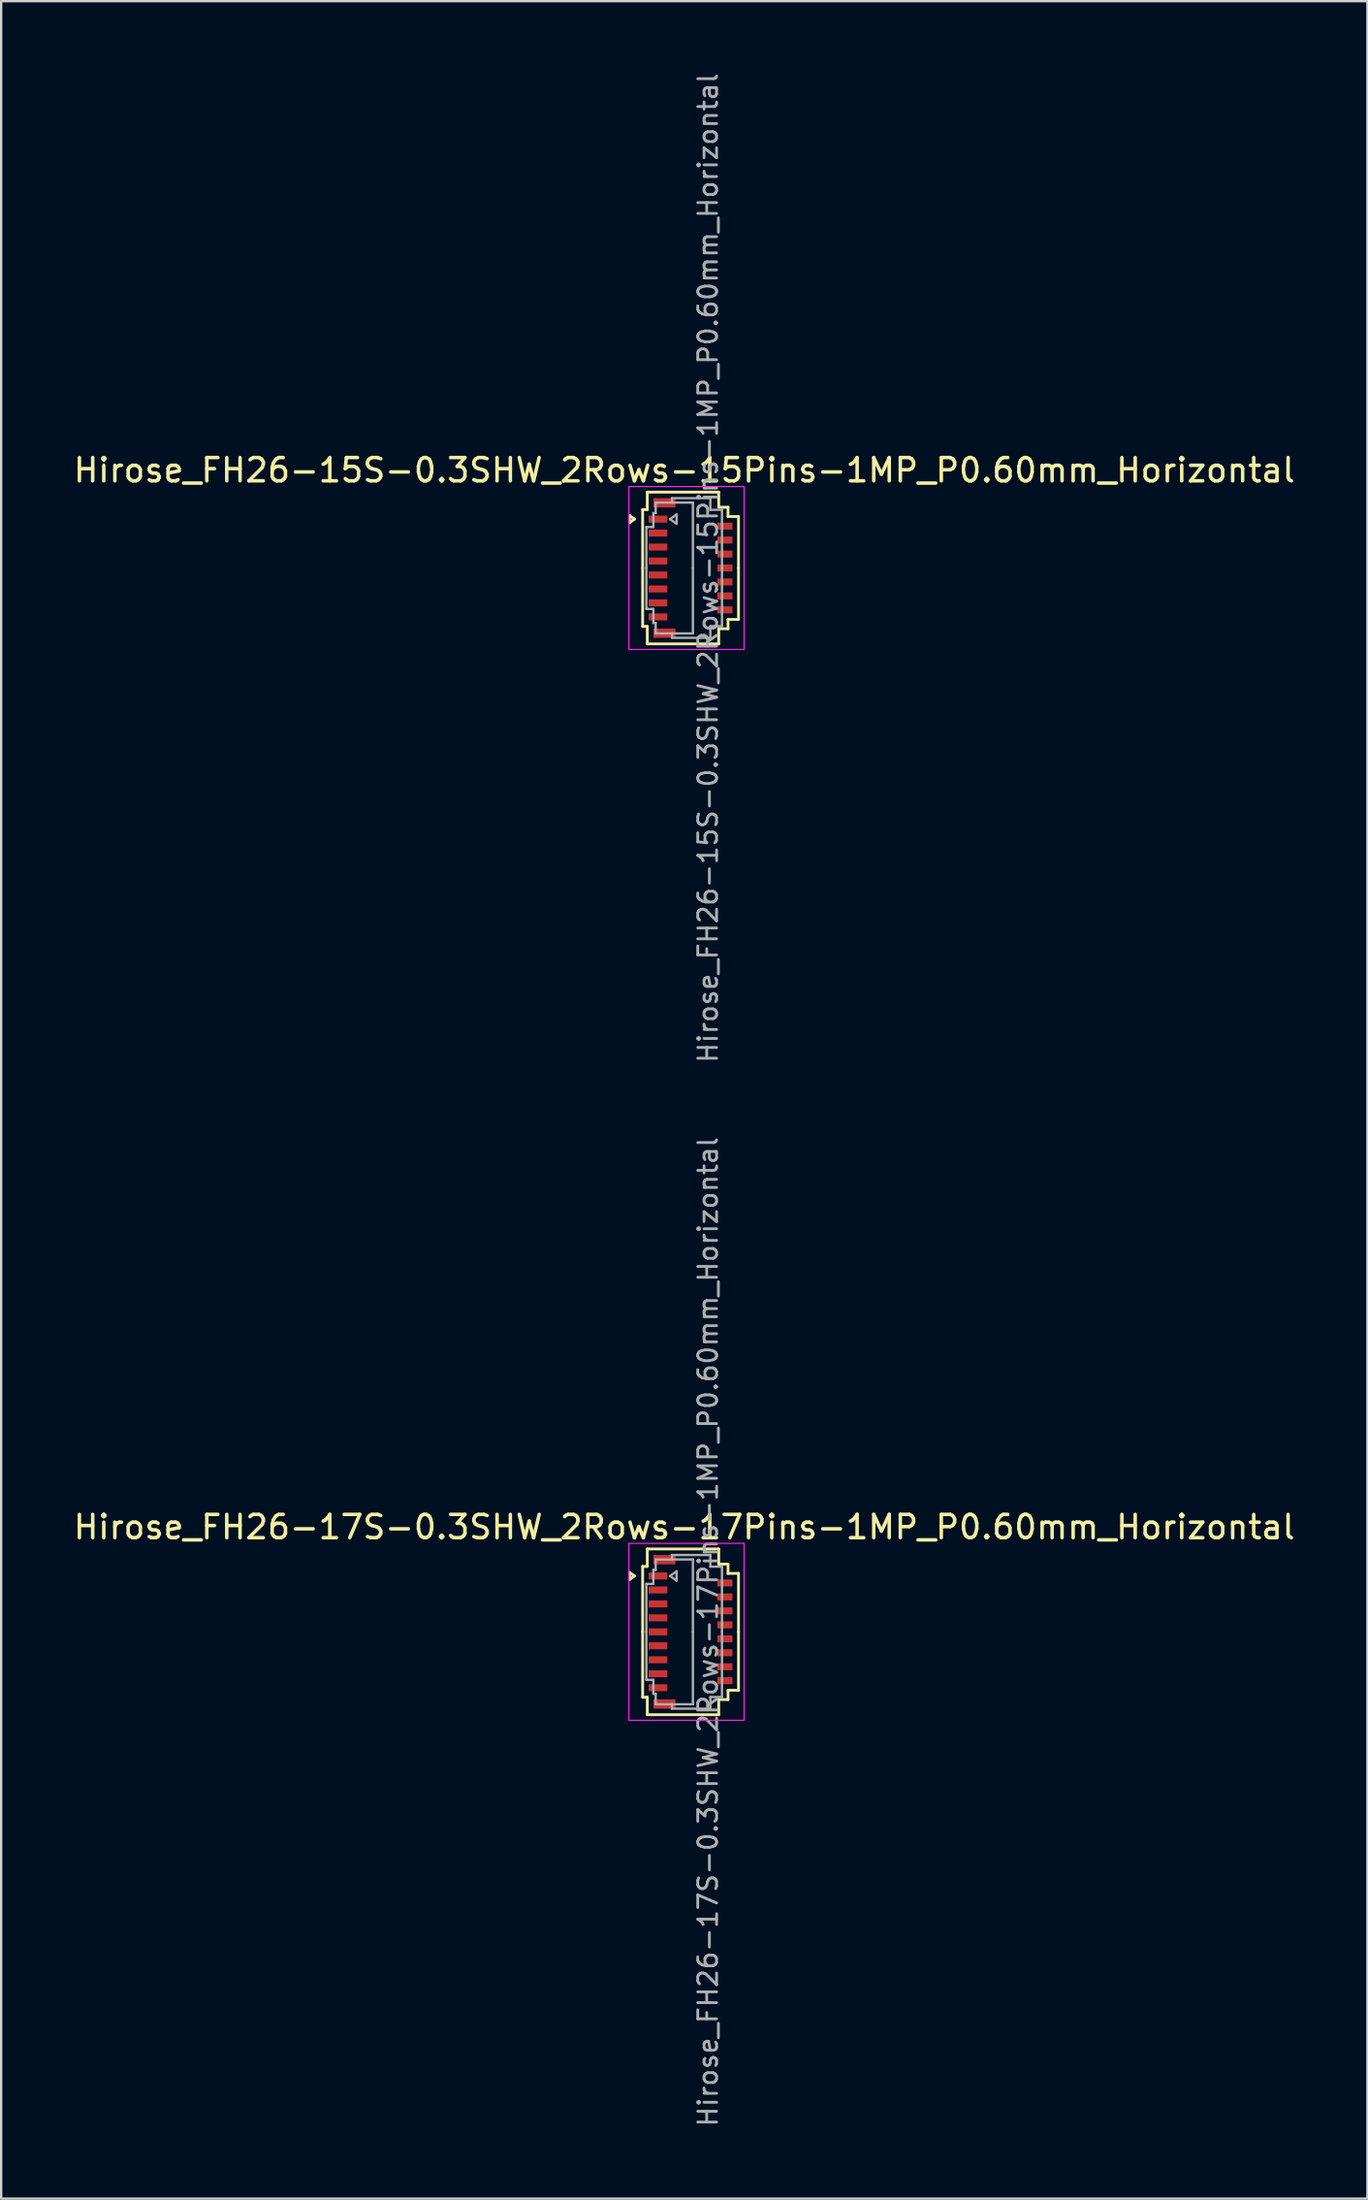
<source format=kicad_pcb>
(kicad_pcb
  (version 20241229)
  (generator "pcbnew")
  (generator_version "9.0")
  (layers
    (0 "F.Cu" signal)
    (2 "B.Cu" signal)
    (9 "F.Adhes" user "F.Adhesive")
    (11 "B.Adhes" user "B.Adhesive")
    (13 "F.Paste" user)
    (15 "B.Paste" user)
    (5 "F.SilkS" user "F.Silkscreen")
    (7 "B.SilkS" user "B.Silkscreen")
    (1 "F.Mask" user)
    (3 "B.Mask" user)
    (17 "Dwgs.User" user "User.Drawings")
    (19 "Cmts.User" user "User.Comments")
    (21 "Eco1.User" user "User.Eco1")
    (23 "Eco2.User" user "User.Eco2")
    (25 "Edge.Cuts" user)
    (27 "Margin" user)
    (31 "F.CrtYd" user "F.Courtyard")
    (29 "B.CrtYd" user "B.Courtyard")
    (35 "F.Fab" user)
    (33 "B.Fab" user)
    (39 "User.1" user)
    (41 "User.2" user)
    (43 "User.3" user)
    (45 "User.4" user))
  (footprint "Hirose_FH26-15S-0.3SHW_2Rows-15Pins-1MP_P0.60mm_Horizontal"
    (layer "F.Cu")
    (at 26.633 21.352)
    (property "Reference" "Hirose_FH26-15S-0.3SHW_2Rows-15Pins-1MP_P0.60mm_Horizontal" (at -0.27 -4.2 0) (layer "F.SilkS") (effects (font (size 1 1) (thickness 0.15))))
    (attr smd)
    (fp_line (start -2.622 -2.25) (end -2.41 -2.1) (stroke (width 0.12) (type solid)) (layer "F.SilkS"))
    (fp_line (start -2.622 -1.95) (end -2.622 -2.25) (stroke (width 0.12) (type solid)) (layer "F.SilkS"))
    (fp_line (start -2.41 -2.1) (end -2.622 -1.95) (stroke (width 0.12) (type solid)) (layer "F.SilkS"))
    (fp_line (start -2.06 -2.51) (end -2.06 0) (stroke (width 0.12) (type solid)) (layer "F.SilkS"))
    (fp_line (start -2.06 2.51) (end -2.06 0) (stroke (width 0.12) (type solid)) (layer "F.SilkS"))
    (fp_line (start -1.86 -3.26) (end -1.86 -2.51) (stroke (width 0.12) (type solid)) (layer "F.SilkS"))
    (fp_line (start -1.86 -2.51) (end -2.06 -2.51) (stroke (width 0.12) (type solid)) (layer "F.SilkS"))
    (fp_line (start -1.86 2.51) (end -2.06 2.51) (stroke (width 0.12) (type solid)) (layer "F.SilkS"))
    (fp_line (start -1.86 3.26) (end -1.86 2.51) (stroke (width 0.12) (type solid)) (layer "F.SilkS"))
    (fp_line (start 1.21 -3.26) (end -1.86 -3.26) (stroke (width 0.12) (type solid)) (layer "F.SilkS"))
    (fp_line (start 1.21 -2.61) (end 1.21 -3.26) (stroke (width 0.12) (type solid)) (layer "F.SilkS"))
    (fp_line (start 1.21 2.61) (end 1.21 3.26) (stroke (width 0.12) (type solid)) (layer "F.SilkS"))
    (fp_line (start 1.21 3.26) (end -1.86 3.26) (stroke (width 0.12) (type solid)) (layer "F.SilkS"))
    (fp_line (start 1.61 -2.61) (end 1.21 -2.61) (stroke (width 0.12) (type solid)) (layer "F.SilkS"))
    (fp_line (start 1.61 -2.21) (end 1.61 -2.61) (stroke (width 0.12) (type solid)) (layer "F.SilkS"))
    (fp_line (start 1.61 2.21) (end 1.61 2.61) (stroke (width 0.12) (type solid)) (layer "F.SilkS"))
    (fp_line (start 1.61 2.61) (end 1.21 2.61) (stroke (width 0.12) (type solid)) (layer "F.SilkS"))
    (fp_line (start 2.06 -2.21) (end 1.61 -2.21) (stroke (width 0.12) (type solid)) (layer "F.SilkS"))
    (fp_line (start 2.06 0) (end 2.06 -2.21) (stroke (width 0.12) (type solid)) (layer "F.SilkS"))
    (fp_line (start 2.06 0) (end 2.06 2.21) (stroke (width 0.12) (type solid)) (layer "F.SilkS"))
    (fp_line (start 2.06 2.21) (end 1.61 2.21) (stroke (width 0.12) (type solid)) (layer "F.SilkS"))
    (fp_line (start -2.65 -3.5) (end -2.65 3.5) (stroke (width 0.05) (type solid)) (layer "F.CrtYd"))
    (fp_line (start -2.65 3.5) (end 2.3 3.5) (stroke (width 0.05) (type solid)) (layer "F.CrtYd"))
    (fp_line (start 2.3 -3.5) (end -2.65 -3.5) (stroke (width 0.05) (type solid)) (layer "F.CrtYd"))
    (fp_line (start 2.3 3.5) (end 2.3 -3.5) (stroke (width 0.05) (type solid)) (layer "F.CrtYd"))
    (fp_line (start -1.9 -1.76) (end -1.6 -1.76) (stroke (width 0.1) (type solid)) (layer "F.Fab"))
    (fp_line (start -1.9 0) (end -1.9 -1.76) (stroke (width 0.1) (type solid)) (layer "F.Fab"))
    (fp_line (start -1.9 0) (end -1.9 1.76) (stroke (width 0.1) (type solid)) (layer "F.Fab"))
    (fp_line (start -1.9 1.76) (end -1.6 1.76) (stroke (width 0.1) (type solid)) (layer "F.Fab"))
    (fp_line (start -1.6 -2.36) (end -1.5 -2.36) (stroke (width 0.1) (type solid)) (layer "F.Fab"))
    (fp_line (start -1.6 -1.76) (end -1.6 -2.36) (stroke (width 0.1) (type solid)) (layer "F.Fab"))
    (fp_line (start -1.6 1.76) (end -1.6 2.36) (stroke (width 0.1) (type solid)) (layer "F.Fab"))
    (fp_line (start -1.6 2.36) (end -1.5 2.36) (stroke (width 0.1) (type solid)) (layer "F.Fab"))
    (fp_line (start -1.5 -2.81) (end -0.8 -2.81) (stroke (width 0.1) (type solid)) (layer "F.Fab"))
    (fp_line (start -1.5 -2.36) (end -1.5 -2.81) (stroke (width 0.1) (type solid)) (layer "F.Fab"))
    (fp_line (start -1.5 2.36) (end -1.5 2.81) (stroke (width 0.1) (type solid)) (layer "F.Fab"))
    (fp_line (start -1.5 2.81) (end -0.8 2.81) (stroke (width 0.1) (type solid)) (layer "F.Fab"))
    (fp_line (start -0.883 -2.1) (end -0.6 -1.9) (stroke (width 0.1) (type solid)) (layer "F.Fab"))
    (fp_line (start -0.8 -3) (end 0.85 -3) (stroke (width 0.1) (type solid)) (layer "F.Fab"))
    (fp_line (start -0.8 -2.81) (end -0.8 -3) (stroke (width 0.1) (type solid)) (layer "F.Fab"))
    (fp_line (start -0.8 2.81) (end -0.8 3) (stroke (width 0.1) (type solid)) (layer "F.Fab"))
    (fp_line (start -0.8 3) (end 0.85 3) (stroke (width 0.1) (type solid)) (layer "F.Fab"))
    (fp_line (start -0.6 -2.3) (end -0.883 -2.1) (stroke (width 0.1) (type solid)) (layer "F.Fab"))
    (fp_line (start -0.6 -1.9) (end -0.6 -2.3) (stroke (width 0.1) (type solid)) (layer "F.Fab"))
    (fp_line (start 0.1 -2.81) (end -0.8 -2.81) (stroke (width 0.1) (type solid)) (layer "F.Fab"))
    (fp_line (start 0.1 0) (end 0.1 -2.81) (stroke (width 0.1) (type solid)) (layer "F.Fab"))
    (fp_line (start 0.1 0) (end 0.1 2.81) (stroke (width 0.1) (type solid)) (layer "F.Fab"))
    (fp_line (start 0.1 2.81) (end -0.8 2.81) (stroke (width 0.1) (type solid)) (layer "F.Fab"))
    (fp_line (start 0.85 -3) (end 0.85 -2.5) (stroke (width 0.1) (type solid)) (layer "F.Fab"))
    (fp_line (start 0.85 -2.5) (end 1.35 -2.5) (stroke (width 0.1) (type solid)) (layer "F.Fab"))
    (fp_line (start 0.85 2.5) (end 1.35 2.5) (stroke (width 0.1) (type solid)) (layer "F.Fab"))
    (fp_line (start 0.85 3) (end 0.85 2.5) (stroke (width 0.1) (type solid)) (layer "F.Fab"))
    (fp_line (start 1.35 -2.5) (end 1.35 0) (stroke (width 0.1) (type solid)) (layer "F.Fab"))
    (fp_line (start 1.35 2.5) (end 1.35 0) (stroke (width 0.1) (type solid)) (layer "F.Fab"))
    (fp_text user "${REFERENCE}" (at 0.75 0 90) (layer "F.Fab") (effects (font (size 0.81 0.81) (thickness 0.12))))
    (pad "1" smd rect (at -1.4 -2.1) (size 0.8 0.3) (layers "F.Cu" "F.Mask" "F.Paste"))
    (pad "2" smd rect (at 1.475 -1.8) (size 0.65 0.3) (layers "F.Cu" "F.Mask" "F.Paste"))
    (pad "3" smd rect (at -1.4 -1.5) (size 0.8 0.3) (layers "F.Cu" "F.Mask" "F.Paste"))
    (pad "4" smd rect (at 1.475 -1.2) (size 0.65 0.3) (layers "F.Cu" "F.Mask" "F.Paste"))
    (pad "5" smd rect (at -1.4 -0.9) (size 0.8 0.3) (layers "F.Cu" "F.Mask" "F.Paste"))
    (pad "6" smd rect (at 1.475 -0.6) (size 0.65 0.3) (layers "F.Cu" "F.Mask" "F.Paste"))
    (pad "7" smd rect (at -1.4 -0.3) (size 0.8 0.3) (layers "F.Cu" "F.Mask" "F.Paste"))
    (pad "8" smd rect (at 1.475 0) (size 0.65 0.3) (layers "F.Cu" "F.Mask" "F.Paste"))
    (pad "9" smd rect (at -1.4 0.3) (size 0.8 0.3) (layers "F.Cu" "F.Mask" "F.Paste"))
    (pad "10" smd rect (at 1.475 0.6) (size 0.65 0.3) (layers "F.Cu" "F.Mask" "F.Paste"))
    (pad "11" smd rect (at -1.4 0.9) (size 0.8 0.3) (layers "F.Cu" "F.Mask" "F.Paste"))
    (pad "12" smd rect (at 1.475 1.2) (size 0.65 0.3) (layers "F.Cu" "F.Mask" "F.Paste"))
    (pad "13" smd rect (at -1.4 1.5) (size 0.8 0.3) (layers "F.Cu" "F.Mask" "F.Paste"))
    (pad "14" smd rect (at 1.475 1.8) (size 0.65 0.3) (layers "F.Cu" "F.Mask" "F.Paste"))
    (pad "15" smd rect (at -1.4 2.1) (size 0.8 0.3) (layers "F.Cu" "F.Mask" "F.Paste"))
    (pad "MP" smd rect (at -1.125 -2.8) (size 0.95 0.4) (layers "F.Cu" "F.Mask" "F.Paste"))
    (pad "MP" smd rect (at -1.125 2.8) (size 0.95 0.4) (layers "F.Cu" "F.Mask" "F.Paste")))
  (footprint "Hirose_FH26-17S-0.3SHW_2Rows-17Pins-1MP_P0.60mm_Horizontal"
    (layer "F.Cu")
    (at 26.633 67.056)
    (property "Reference" "Hirose_FH26-17S-0.3SHW_2Rows-17Pins-1MP_P0.60mm_Horizontal" (at -0.27 -4.5 0) (layer "F.SilkS") (effects (font (size 1 1) (thickness 0.15))))
    (attr smd)
    (fp_line (start -2.622 -2.55) (end -2.41 -2.4) (stroke (width 0.12) (type solid)) (layer "F.SilkS"))
    (fp_line (start -2.622 -2.25) (end -2.622 -2.55) (stroke (width 0.12) (type solid)) (layer "F.SilkS"))
    (fp_line (start -2.41 -2.4) (end -2.622 -2.25) (stroke (width 0.12) (type solid)) (layer "F.SilkS"))
    (fp_line (start -2.06 -2.81) (end -2.06 0) (stroke (width 0.12) (type solid)) (layer "F.SilkS"))
    (fp_line (start -2.06 2.81) (end -2.06 0) (stroke (width 0.12) (type solid)) (layer "F.SilkS"))
    (fp_line (start -1.86 -3.56) (end -1.86 -2.81) (stroke (width 0.12) (type solid)) (layer "F.SilkS"))
    (fp_line (start -1.86 -2.81) (end -2.06 -2.81) (stroke (width 0.12) (type solid)) (layer "F.SilkS"))
    (fp_line (start -1.86 2.81) (end -2.06 2.81) (stroke (width 0.12) (type solid)) (layer "F.SilkS"))
    (fp_line (start -1.86 3.56) (end -1.86 2.81) (stroke (width 0.12) (type solid)) (layer "F.SilkS"))
    (fp_line (start 1.21 -3.56) (end -1.86 -3.56) (stroke (width 0.12) (type solid)) (layer "F.SilkS"))
    (fp_line (start 1.21 -2.91) (end 1.21 -3.56) (stroke (width 0.12) (type solid)) (layer "F.SilkS"))
    (fp_line (start 1.21 2.91) (end 1.21 3.56) (stroke (width 0.12) (type solid)) (layer "F.SilkS"))
    (fp_line (start 1.21 3.56) (end -1.86 3.56) (stroke (width 0.12) (type solid)) (layer "F.SilkS"))
    (fp_line (start 1.61 -2.91) (end 1.21 -2.91) (stroke (width 0.12) (type solid)) (layer "F.SilkS"))
    (fp_line (start 1.61 -2.51) (end 1.61 -2.91) (stroke (width 0.12) (type solid)) (layer "F.SilkS"))
    (fp_line (start 1.61 2.51) (end 1.61 2.91) (stroke (width 0.12) (type solid)) (layer "F.SilkS"))
    (fp_line (start 1.61 2.91) (end 1.21 2.91) (stroke (width 0.12) (type solid)) (layer "F.SilkS"))
    (fp_line (start 2.06 -2.51) (end 1.61 -2.51) (stroke (width 0.12) (type solid)) (layer "F.SilkS"))
    (fp_line (start 2.06 0) (end 2.06 -2.51) (stroke (width 0.12) (type solid)) (layer "F.SilkS"))
    (fp_line (start 2.06 0) (end 2.06 2.51) (stroke (width 0.12) (type solid)) (layer "F.SilkS"))
    (fp_line (start 2.06 2.51) (end 1.61 2.51) (stroke (width 0.12) (type solid)) (layer "F.SilkS"))
    (fp_line (start -2.65 -3.8) (end -2.65 3.8) (stroke (width 0.05) (type solid)) (layer "F.CrtYd"))
    (fp_line (start -2.65 3.8) (end 2.3 3.8) (stroke (width 0.05) (type solid)) (layer "F.CrtYd"))
    (fp_line (start 2.3 -3.8) (end -2.65 -3.8) (stroke (width 0.05) (type solid)) (layer "F.CrtYd"))
    (fp_line (start 2.3 3.8) (end 2.3 -3.8) (stroke (width 0.05) (type solid)) (layer "F.CrtYd"))
    (fp_line (start -1.9 -2.06) (end -1.6 -2.06) (stroke (width 0.1) (type solid)) (layer "F.Fab"))
    (fp_line (start -1.9 0) (end -1.9 -2.06) (stroke (width 0.1) (type solid)) (layer "F.Fab"))
    (fp_line (start -1.9 0) (end -1.9 2.06) (stroke (width 0.1) (type solid)) (layer "F.Fab"))
    (fp_line (start -1.9 2.06) (end -1.6 2.06) (stroke (width 0.1) (type solid)) (layer "F.Fab"))
    (fp_line (start -1.6 -2.66) (end -1.5 -2.66) (stroke (width 0.1) (type solid)) (layer "F.Fab"))
    (fp_line (start -1.6 -2.06) (end -1.6 -2.66) (stroke (width 0.1) (type solid)) (layer "F.Fab"))
    (fp_line (start -1.6 2.06) (end -1.6 2.66) (stroke (width 0.1) (type solid)) (layer "F.Fab"))
    (fp_line (start -1.6 2.66) (end -1.5 2.66) (stroke (width 0.1) (type solid)) (layer "F.Fab"))
    (fp_line (start -1.5 -3.11) (end -0.8 -3.11) (stroke (width 0.1) (type solid)) (layer "F.Fab"))
    (fp_line (start -1.5 -2.66) (end -1.5 -3.11) (stroke (width 0.1) (type solid)) (layer "F.Fab"))
    (fp_line (start -1.5 2.66) (end -1.5 3.11) (stroke (width 0.1) (type solid)) (layer "F.Fab"))
    (fp_line (start -1.5 3.11) (end -0.8 3.11) (stroke (width 0.1) (type solid)) (layer "F.Fab"))
    (fp_line (start -0.883 -2.4) (end -0.6 -2.2) (stroke (width 0.1) (type solid)) (layer "F.Fab"))
    (fp_line (start -0.8 -3.3) (end 0.85 -3.3) (stroke (width 0.1) (type solid)) (layer "F.Fab"))
    (fp_line (start -0.8 -3.11) (end -0.8 -3.3) (stroke (width 0.1) (type solid)) (layer "F.Fab"))
    (fp_line (start -0.8 3.11) (end -0.8 3.3) (stroke (width 0.1) (type solid)) (layer "F.Fab"))
    (fp_line (start -0.8 3.3) (end 0.85 3.3) (stroke (width 0.1) (type solid)) (layer "F.Fab"))
    (fp_line (start -0.6 -2.6) (end -0.883 -2.4) (stroke (width 0.1) (type solid)) (layer "F.Fab"))
    (fp_line (start -0.6 -2.2) (end -0.6 -2.6) (stroke (width 0.1) (type solid)) (layer "F.Fab"))
    (fp_line (start 0.1 -3.11) (end -0.8 -3.11) (stroke (width 0.1) (type solid)) (layer "F.Fab"))
    (fp_line (start 0.1 0) (end 0.1 -3.11) (stroke (width 0.1) (type solid)) (layer "F.Fab"))
    (fp_line (start 0.1 0) (end 0.1 3.11) (stroke (width 0.1) (type solid)) (layer "F.Fab"))
    (fp_line (start 0.1 3.11) (end -0.8 3.11) (stroke (width 0.1) (type solid)) (layer "F.Fab"))
    (fp_line (start 0.85 -3.3) (end 0.85 -2.8) (stroke (width 0.1) (type solid)) (layer "F.Fab"))
    (fp_line (start 0.85 -2.8) (end 1.35 -2.8) (stroke (width 0.1) (type solid)) (layer "F.Fab"))
    (fp_line (start 0.85 2.8) (end 1.35 2.8) (stroke (width 0.1) (type solid)) (layer "F.Fab"))
    (fp_line (start 0.85 3.3) (end 0.85 2.8) (stroke (width 0.1) (type solid)) (layer "F.Fab"))
    (fp_line (start 1.35 -2.8) (end 1.35 0) (stroke (width 0.1) (type solid)) (layer "F.Fab"))
    (fp_line (start 1.35 2.8) (end 1.35 0) (stroke (width 0.1) (type solid)) (layer "F.Fab"))
    (fp_text user "${REFERENCE}" (at 0.75 0 90) (layer "F.Fab") (effects (font (size 0.81 0.81) (thickness 0.12))))
    (pad "1" smd rect (at -1.4 -2.4) (size 0.8 0.3) (layers "F.Cu" "F.Mask" "F.Paste"))
    (pad "2" smd rect (at 1.475 -2.1) (size 0.65 0.3) (layers "F.Cu" "F.Mask" "F.Paste"))
    (pad "3" smd rect (at -1.4 -1.8) (size 0.8 0.3) (layers "F.Cu" "F.Mask" "F.Paste"))
    (pad "4" smd rect (at 1.475 -1.5) (size 0.65 0.3) (layers "F.Cu" "F.Mask" "F.Paste"))
    (pad "5" smd rect (at -1.4 -1.2) (size 0.8 0.3) (layers "F.Cu" "F.Mask" "F.Paste"))
    (pad "6" smd rect (at 1.475 -0.9) (size 0.65 0.3) (layers "F.Cu" "F.Mask" "F.Paste"))
    (pad "7" smd rect (at -1.4 -0.6) (size 0.8 0.3) (layers "F.Cu" "F.Mask" "F.Paste"))
    (pad "8" smd rect (at 1.475 -0.3) (size 0.65 0.3) (layers "F.Cu" "F.Mask" "F.Paste"))
    (pad "9" smd rect (at -1.4 0) (size 0.8 0.3) (layers "F.Cu" "F.Mask" "F.Paste"))
    (pad "10" smd rect (at 1.475 0.3) (size 0.65 0.3) (layers "F.Cu" "F.Mask" "F.Paste"))
    (pad "11" smd rect (at -1.4 0.6) (size 0.8 0.3) (layers "F.Cu" "F.Mask" "F.Paste"))
    (pad "12" smd rect (at 1.475 0.9) (size 0.65 0.3) (layers "F.Cu" "F.Mask" "F.Paste"))
    (pad "13" smd rect (at -1.4 1.2) (size 0.8 0.3) (layers "F.Cu" "F.Mask" "F.Paste"))
    (pad "14" smd rect (at 1.475 1.5) (size 0.65 0.3) (layers "F.Cu" "F.Mask" "F.Paste"))
    (pad "15" smd rect (at -1.4 1.8) (size 0.8 0.3) (layers "F.Cu" "F.Mask" "F.Paste"))
    (pad "16" smd rect (at 1.475 2.1) (size 0.65 0.3) (layers "F.Cu" "F.Mask" "F.Paste"))
    (pad "17" smd rect (at -1.4 2.4) (size 0.8 0.3) (layers "F.Cu" "F.Mask" "F.Paste"))
    (pad "MP" smd rect (at -1.125 -3.1) (size 0.95 0.4) (layers "F.Cu" "F.Mask" "F.Paste"))
    (pad "MP" smd rect (at -1.125 3.1) (size 0.95 0.4) (layers "F.Cu" "F.Mask" "F.Paste")))
  (gr_rect
    (start -3 -3)
    (end 55.726 91.407)
    (stroke (width 0.1) (type default))
    (fill no)
    (layer "Edge.Cuts")))
</source>
